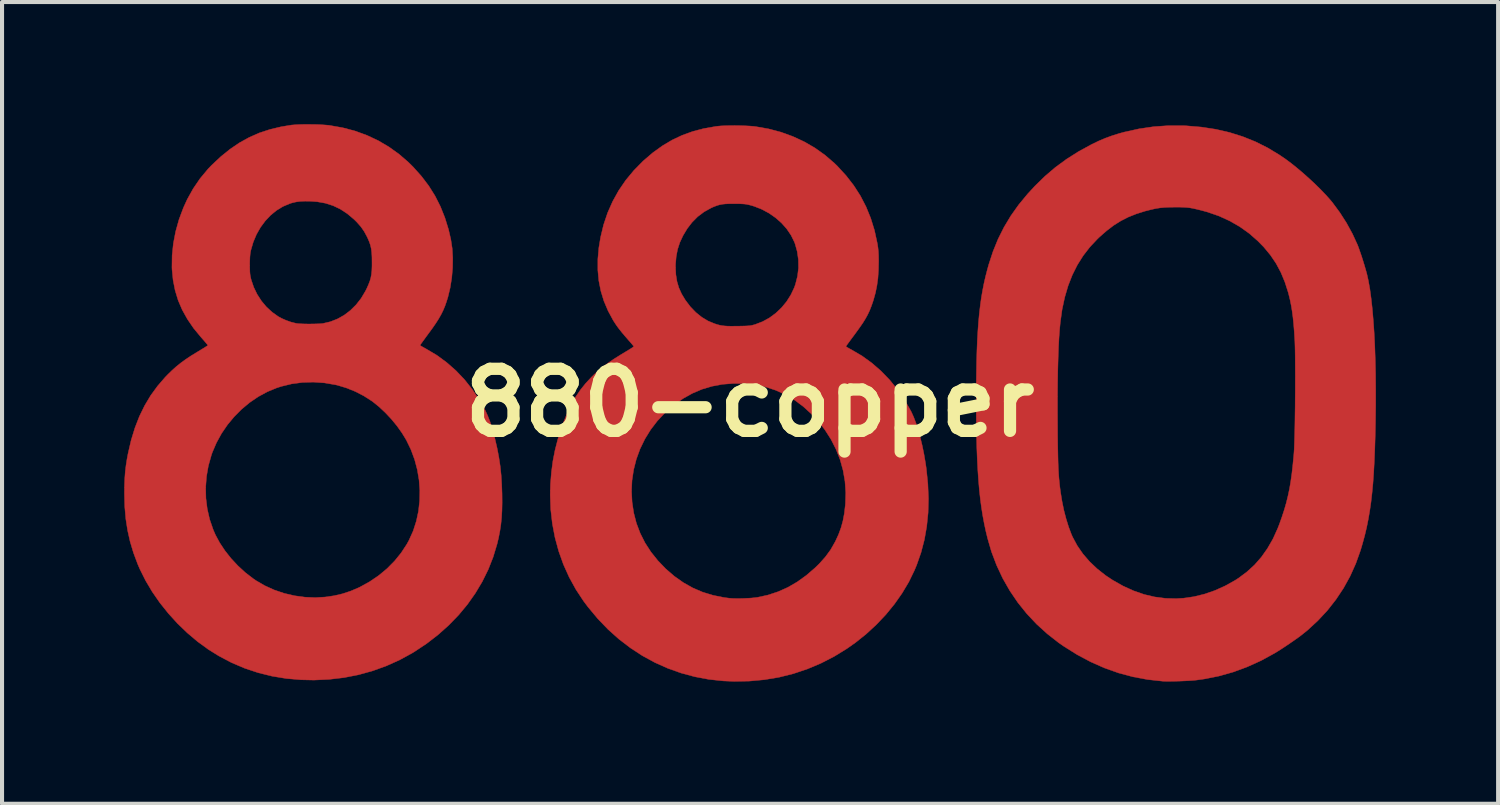
<source format=kicad_pcb>
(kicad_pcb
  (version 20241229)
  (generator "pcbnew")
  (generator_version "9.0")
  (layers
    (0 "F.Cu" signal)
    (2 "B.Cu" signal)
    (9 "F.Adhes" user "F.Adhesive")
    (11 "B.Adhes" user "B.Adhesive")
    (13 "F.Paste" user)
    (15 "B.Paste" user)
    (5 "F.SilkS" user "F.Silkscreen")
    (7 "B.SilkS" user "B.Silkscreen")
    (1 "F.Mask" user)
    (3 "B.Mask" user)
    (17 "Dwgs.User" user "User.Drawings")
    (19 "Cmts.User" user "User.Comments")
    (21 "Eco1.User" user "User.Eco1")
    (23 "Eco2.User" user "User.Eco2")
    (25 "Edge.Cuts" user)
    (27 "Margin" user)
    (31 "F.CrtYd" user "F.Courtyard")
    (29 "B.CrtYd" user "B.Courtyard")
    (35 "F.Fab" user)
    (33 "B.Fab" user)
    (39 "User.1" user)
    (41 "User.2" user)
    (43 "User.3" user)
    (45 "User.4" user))
  (footprint "880-copper"
    (layer "F.Cu")
    (at 15.363 6.84)
    (property "Reference" "880-copper" (at 0 0 0) (layer "F.SilkS") (effects (font (size 1.524 1.524) (thickness 0.3))))
    (attr through_hole)
    (fp_poly (pts (xy 10.642 -6.805) (xy 10.716 -6.801) (xy 11.084 -6.77) (xy 11.437 -6.716) (xy 11.776 -6.638) (xy 12.101 -6.536) (xy 12.414 -6.41) (xy 12.715 -6.259) (xy 13.006 -6.083) (xy 13.152 -5.983) (xy 13.294 -5.877) (xy 13.443 -5.757) (xy 13.596 -5.627) (xy 13.749 -5.49) (xy 13.896 -5.352) (xy 14.034 -5.215) (xy 14.159 -5.084) (xy 14.266 -4.962) (xy 14.302 -4.918) (xy 14.484 -4.672) (xy 14.65 -4.413) (xy 14.796 -4.145) (xy 14.919 -3.877) (xy 14.921 -3.872) (xy 14.949 -3.798) (xy 14.982 -3.704) (xy 15.019 -3.596) (xy 15.055 -3.482) (xy 15.09 -3.368) (xy 15.121 -3.261) (xy 15.147 -3.168) (xy 15.147 -3.168) (xy 15.186 -2.993) (xy 15.222 -2.791) (xy 15.253 -2.563) (xy 15.281 -2.311) (xy 15.305 -2.034) (xy 15.326 -1.736) (xy 15.342 -1.416) (xy 15.354 -1.075) (xy 15.362 -0.715) (xy 15.365 -0.337) (xy 15.365 0.058) (xy 15.36 0.469) (xy 15.353 0.811) (xy 15.343 1.138) (xy 15.331 1.438) (xy 15.316 1.716) (xy 15.298 1.974) (xy 15.275 2.215) (xy 15.249 2.441) (xy 15.218 2.655) (xy 15.183 2.859) (xy 15.143 3.057) (xy 15.097 3.251) (xy 15.045 3.443) (xy 14.992 3.623) (xy 14.877 3.945) (xy 14.738 4.255) (xy 14.574 4.552) (xy 14.386 4.834) (xy 14.176 5.101) (xy 13.943 5.351) (xy 13.69 5.584) (xy 13.543 5.702) (xy 13.469 5.758) (xy 13.377 5.823) (xy 13.274 5.894) (xy 13.167 5.967) (xy 13.062 6.036) (xy 12.965 6.098) (xy 12.883 6.148) (xy 12.55 6.33) (xy 12.21 6.484) (xy 11.865 6.611) (xy 11.514 6.71) (xy 11.157 6.781) (xy 10.957 6.809) (xy 10.882 6.816) (xy 10.787 6.823) (xy 10.68 6.828) (xy 10.565 6.833) (xy 10.451 6.836) (xy 10.342 6.838) (xy 10.245 6.839) (xy 10.166 6.837) (xy 10.132 6.835) (xy 9.765 6.795) (xy 9.405 6.728) (xy 9.053 6.634) (xy 8.708 6.512) (xy 8.371 6.363) (xy 8.039 6.187) (xy 7.715 5.984) (xy 7.586 5.895) (xy 7.303 5.674) (xy 7.04 5.435) (xy 6.798 5.178) (xy 6.578 4.904) (xy 6.381 4.614) (xy 6.207 4.309) (xy 6.057 3.989) (xy 5.931 3.656) (xy 5.838 3.337) (xy 5.793 3.153) (xy 5.753 2.965) (xy 5.717 2.772) (xy 5.685 2.571) (xy 5.657 2.362) (xy 5.633 2.141) (xy 5.613 1.907) (xy 5.596 1.658) (xy 5.582 1.391) (xy 5.571 1.105) (xy 5.564 0.798) (xy 5.559 0.468) (xy 5.557 0.207) (xy 7.552 0.207) (xy 7.554 0.564) (xy 7.555 0.784) (xy 7.557 0.978) (xy 7.56 1.149) (xy 7.563 1.301) (xy 7.566 1.435) (xy 7.57 1.554) (xy 7.575 1.662) (xy 7.581 1.761) (xy 7.588 1.853) (xy 7.597 1.942) (xy 7.606 2.031) (xy 7.617 2.121) (xy 7.628 2.2) (xy 7.664 2.422) (xy 7.709 2.641) (xy 7.764 2.851) (xy 7.825 3.047) (xy 7.891 3.223) (xy 7.924 3.298) (xy 8.037 3.508) (xy 8.175 3.708) (xy 8.338 3.897) (xy 8.524 4.074) (xy 8.732 4.238) (xy 8.905 4.353) (xy 9.163 4.499) (xy 9.421 4.616) (xy 9.68 4.706) (xy 9.94 4.767) (xy 10.202 4.801) (xy 10.467 4.808) (xy 10.647 4.797) (xy 10.904 4.76) (xy 11.164 4.696) (xy 11.42 4.607) (xy 11.671 4.494) (xy 11.911 4.36) (xy 11.997 4.305) (xy 12.203 4.151) (xy 12.391 3.979) (xy 12.559 3.787) (xy 12.709 3.574) (xy 12.843 3.34) (xy 12.959 3.084) (xy 12.998 2.985) (xy 13.063 2.802) (xy 13.12 2.628) (xy 13.169 2.458) (xy 13.211 2.288) (xy 13.248 2.114) (xy 13.279 1.931) (xy 13.307 1.733) (xy 13.331 1.518) (xy 13.354 1.28) (xy 13.358 1.228) (xy 13.363 1.154) (xy 13.367 1.056) (xy 13.371 0.935) (xy 13.375 0.795) (xy 13.379 0.639) (xy 13.382 0.47) (xy 13.384 0.29) (xy 13.387 0.104) (xy 13.388 -0.088) (xy 13.39 -0.28) (xy 13.39 -0.47) (xy 13.391 -0.656) (xy 13.39 -0.834) (xy 13.389 -1.002) (xy 13.388 -1.155) (xy 13.386 -1.292) (xy 13.383 -1.409) (xy 13.38 -1.504) (xy 13.378 -1.538) (xy 13.365 -1.748) (xy 13.35 -1.934) (xy 13.333 -2.101) (xy 13.313 -2.252) (xy 13.29 -2.391) (xy 13.263 -2.524) (xy 13.231 -2.655) (xy 13.217 -2.709) (xy 13.135 -2.965) (xy 13.037 -3.201) (xy 12.92 -3.42) (xy 12.781 -3.626) (xy 12.619 -3.822) (xy 12.472 -3.972) (xy 12.259 -4.159) (xy 12.028 -4.324) (xy 11.78 -4.466) (xy 11.515 -4.587) (xy 11.232 -4.685) (xy 11.077 -4.727) (xy 10.971 -4.753) (xy 10.882 -4.773) (xy 10.804 -4.787) (xy 10.728 -4.796) (xy 10.647 -4.801) (xy 10.554 -4.804) (xy 10.44 -4.804) (xy 10.435 -4.804) (xy 10.298 -4.802) (xy 10.181 -4.797) (xy 10.076 -4.787) (xy 9.972 -4.771) (xy 9.863 -4.747) (xy 9.74 -4.716) (xy 9.7 -4.706) (xy 9.488 -4.639) (xy 9.292 -4.561) (xy 9.109 -4.468) (xy 8.932 -4.357) (xy 8.759 -4.225) (xy 8.582 -4.07) (xy 8.532 -4.022) (xy 8.347 -3.825) (xy 8.183 -3.613) (xy 8.039 -3.384) (xy 7.916 -3.139) (xy 7.813 -2.875) (xy 7.73 -2.593) (xy 7.665 -2.291) (xy 7.621 -1.976) (xy 7.604 -1.798) (xy 7.589 -1.592) (xy 7.577 -1.359) (xy 7.568 -1.099) (xy 7.56 -0.812) (xy 7.555 -0.498) (xy 7.552 -0.158) (xy 7.552 0.207) (xy 5.557 0.207) (xy 5.557 0.112) (xy 5.556 -0.042) (xy 5.557 -0.39) (xy 5.561 -0.711) (xy 5.566 -1.008) (xy 5.574 -1.283) (xy 5.584 -1.539) (xy 5.598 -1.776) (xy 5.614 -1.997) (xy 5.634 -2.205) (xy 5.657 -2.4) (xy 5.683 -2.586) (xy 5.714 -2.764) (xy 5.748 -2.937) (xy 5.787 -3.106) (xy 5.83 -3.273) (xy 5.864 -3.395) (xy 5.969 -3.716) (xy 6.093 -4.02) (xy 6.239 -4.312) (xy 6.407 -4.592) (xy 6.6 -4.864) (xy 6.819 -5.129) (xy 6.997 -5.322) (xy 7.245 -5.564) (xy 7.503 -5.784) (xy 7.775 -5.983) (xy 8.065 -6.167) (xy 8.376 -6.337) (xy 8.389 -6.344) (xy 8.565 -6.429) (xy 8.73 -6.499) (xy 8.895 -6.559) (xy 9.071 -6.614) (xy 9.193 -6.647) (xy 9.555 -6.727) (xy 9.915 -6.78) (xy 10.276 -6.805) (xy 10.642 -6.805)) (stroke (width 0.01) (type solid)) (fill yes) (layer "F.Cu"))
    (fp_poly (pts (xy -0.239 -6.805) (xy -0.113 -6.801) (xy 0.003 -6.795) (xy 0.101 -6.787) (xy 0.14 -6.782) (xy 0.458 -6.726) (xy 0.764 -6.645) (xy 1.055 -6.539) (xy 1.333 -6.41) (xy 1.596 -6.258) (xy 1.843 -6.082) (xy 2.074 -5.883) (xy 2.145 -5.814) (xy 2.359 -5.581) (xy 2.548 -5.338) (xy 2.712 -5.083) (xy 2.851 -4.815) (xy 2.966 -4.533) (xy 3.058 -4.236) (xy 3.126 -3.923) (xy 3.132 -3.89) (xy 3.145 -3.803) (xy 3.154 -3.715) (xy 3.159 -3.617) (xy 3.161 -3.502) (xy 3.161 -3.469) (xy 3.156 -3.254) (xy 3.143 -3.059) (xy 3.118 -2.877) (xy 3.083 -2.704) (xy 3.035 -2.531) (xy 3.018 -2.477) (xy 2.978 -2.364) (xy 2.937 -2.261) (xy 2.891 -2.164) (xy 2.837 -2.066) (xy 2.774 -1.964) (xy 2.697 -1.852) (xy 2.605 -1.725) (xy 2.583 -1.694) (xy 2.523 -1.614) (xy 2.469 -1.541) (xy 2.423 -1.478) (xy 2.387 -1.429) (xy 2.365 -1.397) (xy 2.357 -1.384) (xy 2.368 -1.374) (xy 2.4 -1.355) (xy 2.447 -1.328) (xy 2.501 -1.299) (xy 2.753 -1.151) (xy 2.992 -0.978) (xy 3.218 -0.782) (xy 3.428 -0.565) (xy 3.621 -0.328) (xy 3.796 -0.072) (xy 3.951 0.2) (xy 3.964 0.225) (xy 4.021 0.351) (xy 4.078 0.502) (xy 4.132 0.672) (xy 4.184 0.859) (xy 4.232 1.057) (xy 4.274 1.263) (xy 4.31 1.473) (xy 4.331 1.616) (xy 4.369 1.991) (xy 4.384 2.352) (xy 4.375 2.7) (xy 4.341 3.035) (xy 4.284 3.36) (xy 4.202 3.675) (xy 4.095 3.981) (xy 4.038 4.117) (xy 3.901 4.399) (xy 3.737 4.674) (xy 3.549 4.942) (xy 3.339 5.199) (xy 3.107 5.444) (xy 2.857 5.675) (xy 2.59 5.889) (xy 2.384 6.034) (xy 2.069 6.228) (xy 1.744 6.395) (xy 1.41 6.536) (xy 1.066 6.651) (xy 0.714 6.739) (xy 0.355 6.799) (xy -0.013 6.833) (xy -0.387 6.84) (xy -0.653 6.829) (xy -1.007 6.791) (xy -1.353 6.726) (xy -1.691 6.635) (xy -2.019 6.518) (xy -2.336 6.376) (xy -2.642 6.209) (xy -2.936 6.017) (xy -3.217 5.802) (xy -3.484 5.563) (xy -3.736 5.301) (xy -3.973 5.017) (xy -4.084 4.869) (xy -4.273 4.582) (xy -4.438 4.282) (xy -4.579 3.969) (xy -4.695 3.644) (xy -4.786 3.309) (xy -4.851 2.967) (xy -4.891 2.617) (xy -4.904 2.262) (xy -4.902 2.163) (xy -2.907 2.163) (xy -2.893 2.438) (xy -2.853 2.703) (xy -2.787 2.958) (xy -2.694 3.203) (xy -2.575 3.439) (xy -2.43 3.663) (xy -2.258 3.878) (xy -2.065 4.078) (xy -1.855 4.259) (xy -1.634 4.415) (xy -1.403 4.545) (xy -1.16 4.649) (xy -0.904 4.727) (xy -0.636 4.781) (xy -0.504 4.798) (xy -0.42 4.804) (xy -0.316 4.806) (xy -0.201 4.805) (xy -0.084 4.8) (xy 0.029 4.794) (xy 0.128 4.784) (xy 0.183 4.777) (xy 0.441 4.721) (xy 0.69 4.639) (xy 0.93 4.532) (xy 1.161 4.398) (xy 1.385 4.237) (xy 1.603 4.049) (xy 1.704 3.95) (xy 1.855 3.781) (xy 1.984 3.604) (xy 2.094 3.41) (xy 2.102 3.394) (xy 2.178 3.228) (xy 2.238 3.065) (xy 2.284 2.897) (xy 2.318 2.718) (xy 2.341 2.52) (xy 2.345 2.479) (xy 2.353 2.203) (xy 2.334 1.93) (xy 2.288 1.661) (xy 2.215 1.398) (xy 2.116 1.144) (xy 1.992 0.899) (xy 1.843 0.666) (xy 1.705 0.487) (xy 1.511 0.275) (xy 1.308 0.09) (xy 1.094 -0.069) (xy 0.87 -0.201) (xy 0.634 -0.308) (xy 0.389 -0.389) (xy 0.132 -0.443) (xy -0.136 -0.472) (xy -0.409 -0.475) (xy -0.676 -0.454) (xy -0.932 -0.406) (xy -1.177 -0.333) (xy -1.412 -0.233) (xy -1.638 -0.107) (xy -1.855 0.045) (xy -2.063 0.224) (xy -2.087 0.247) (xy -2.274 0.446) (xy -2.439 0.662) (xy -2.58 0.891) (xy -2.697 1.132) (xy -2.789 1.383) (xy -2.855 1.642) (xy -2.895 1.908) (xy -2.907 2.163) (xy -4.902 2.163) (xy -4.897 1.99) (xy -4.873 1.699) (xy -4.837 1.426) (xy -4.785 1.161) (xy -4.717 0.897) (xy -4.657 0.706) (xy -4.57 0.459) (xy -4.478 0.236) (xy -4.381 0.035) (xy -4.276 -0.149) (xy -4.16 -0.319) (xy -4.032 -0.479) (xy -3.889 -0.632) (xy -3.831 -0.689) (xy -3.718 -0.792) (xy -3.6 -0.89) (xy -3.472 -0.985) (xy -3.329 -1.082) (xy -3.167 -1.183) (xy -3.115 -1.214) (xy -3.038 -1.261) (xy -2.969 -1.303) (xy -2.913 -1.338) (xy -2.873 -1.364) (xy -2.853 -1.379) (xy -2.85 -1.382) (xy -2.859 -1.395) (xy -2.883 -1.425) (xy -2.919 -1.468) (xy -2.963 -1.518) (xy -2.967 -1.522) (xy -3.066 -1.636) (xy -3.148 -1.733) (xy -3.217 -1.82) (xy -3.275 -1.899) (xy -3.326 -1.976) (xy -3.357 -2.025) (xy -3.484 -2.26) (xy -3.585 -2.499) (xy -3.66 -2.744) (xy -3.71 -2.996) (xy -3.734 -3.257) (xy -3.734 -3.33) (xy -1.827 -3.33) (xy -1.818 -3.147) (xy -1.791 -2.98) (xy -1.745 -2.824) (xy -1.676 -2.672) (xy -1.587 -2.524) (xy -1.465 -2.362) (xy -1.33 -2.221) (xy -1.184 -2.103) (xy -1.028 -2.009) (xy -0.866 -1.942) (xy -0.8 -1.921) (xy -0.739 -1.905) (xy -0.68 -1.894) (xy -0.616 -1.887) (xy -0.542 -1.882) (xy -0.452 -1.881) (xy -0.341 -1.882) (xy -0.303 -1.882) (xy -0.2 -1.884) (xy -0.119 -1.886) (xy -0.057 -1.889) (xy -0.008 -1.893) (xy 0.034 -1.899) (xy 0.072 -1.908) (xy 0.113 -1.919) (xy 0.133 -1.925) (xy 0.31 -1.993) (xy 0.478 -2.085) (xy 0.634 -2.2) (xy 0.776 -2.335) (xy 0.901 -2.486) (xy 1.006 -2.653) (xy 1.09 -2.83) (xy 1.119 -2.914) (xy 1.169 -3.111) (xy 1.193 -3.312) (xy 1.19 -3.514) (xy 1.162 -3.712) (xy 1.109 -3.902) (xy 1.091 -3.95) (xy 1.01 -4.114) (xy 0.905 -4.269) (xy 0.778 -4.413) (xy 0.632 -4.542) (xy 0.469 -4.656) (xy 0.292 -4.751) (xy 0.104 -4.825) (xy 0.016 -4.851) (xy -0.036 -4.864) (xy -0.083 -4.874) (xy -0.131 -4.88) (xy -0.185 -4.884) (xy -0.253 -4.887) (xy -0.34 -4.888) (xy -0.381 -4.888) (xy -0.499 -4.888) (xy -0.595 -4.884) (xy -0.676 -4.876) (xy -0.747 -4.862) (xy -0.816 -4.841) (xy -0.889 -4.813) (xy -0.954 -4.784) (xy -1.125 -4.689) (xy -1.282 -4.571) (xy -1.421 -4.431) (xy -1.54 -4.276) (xy -1.643 -4.104) (xy -1.721 -3.937) (xy -1.776 -3.768) (xy -1.81 -3.591) (xy -1.826 -3.401) (xy -1.827 -3.33) (xy -3.734 -3.33) (xy -3.734 -3.527) (xy -3.709 -3.809) (xy -3.667 -4.063) (xy -3.593 -4.371) (xy -3.494 -4.665) (xy -3.37 -4.945) (xy -3.222 -5.212) (xy -3.049 -5.465) (xy -2.851 -5.704) (xy -2.629 -5.93) (xy -2.605 -5.952) (xy -2.379 -6.145) (xy -2.148 -6.311) (xy -1.911 -6.452) (xy -1.665 -6.568) (xy -1.406 -6.662) (xy -1.133 -6.734) (xy -0.842 -6.785) (xy -0.804 -6.79) (xy -0.722 -6.798) (xy -0.617 -6.803) (xy -0.498 -6.806) (xy -0.37 -6.807) (xy -0.239 -6.805)) (stroke (width 0.01) (type solid)) (fill yes) (layer "F.Cu"))
    (fp_poly (pts (xy -10.695 -6.834) (xy -10.568 -6.83) (xy -10.453 -6.823) (xy -10.354 -6.815) (xy -10.315 -6.81) (xy -9.998 -6.754) (xy -9.693 -6.673) (xy -9.402 -6.567) (xy -9.125 -6.437) (xy -8.862 -6.282) (xy -8.613 -6.103) (xy -8.379 -5.9) (xy -8.269 -5.791) (xy -8.065 -5.563) (xy -7.886 -5.327) (xy -7.731 -5.08) (xy -7.6 -4.821) (xy -7.49 -4.546) (xy -7.4 -4.255) (xy -7.343 -4.008) (xy -7.31 -3.79) (xy -7.296 -3.557) (xy -7.3 -3.315) (xy -7.321 -3.071) (xy -7.359 -2.83) (xy -7.414 -2.6) (xy -7.45 -2.483) (xy -7.489 -2.373) (xy -7.532 -2.27) (xy -7.582 -2.169) (xy -7.641 -2.065) (xy -7.711 -1.955) (xy -7.796 -1.832) (xy -7.881 -1.716) (xy -7.94 -1.636) (xy -7.992 -1.564) (xy -8.037 -1.502) (xy -8.071 -1.455) (xy -8.093 -1.423) (xy -8.1 -1.412) (xy -8.088 -1.403) (xy -8.056 -1.383) (xy -8.008 -1.356) (xy -7.95 -1.324) (xy -7.942 -1.319) (xy -7.685 -1.166) (xy -7.443 -0.988) (xy -7.215 -0.787) (xy -7.004 -0.565) (xy -6.811 -0.321) (xy -6.639 -0.062) (xy -6.559 0.073) (xy -6.492 0.201) (xy -6.434 0.329) (xy -6.382 0.462) (xy -6.335 0.606) (xy -6.289 0.768) (xy -6.26 0.885) (xy -6.206 1.12) (xy -6.164 1.341) (xy -6.131 1.558) (xy -6.108 1.777) (xy -6.094 2.008) (xy -6.086 2.233) (xy -6.084 2.449) (xy -6.088 2.644) (xy -6.098 2.823) (xy -6.115 2.991) (xy -6.14 3.154) (xy -6.172 3.318) (xy -6.209 3.471) (xy -6.304 3.786) (xy -6.425 4.093) (xy -6.572 4.391) (xy -6.743 4.677) (xy -6.938 4.953) (xy -7.156 5.215) (xy -7.397 5.463) (xy -7.658 5.696) (xy -7.939 5.913) (xy -8.24 6.113) (xy -8.284 6.14) (xy -8.6 6.313) (xy -8.927 6.46) (xy -9.265 6.582) (xy -9.612 6.678) (xy -9.969 6.748) (xy -10.333 6.791) (xy -10.705 6.808) (xy -11.021 6.801) (xy -11.383 6.77) (xy -11.734 6.712) (xy -12.076 6.627) (xy -12.407 6.517) (xy -12.728 6.38) (xy -13.038 6.217) (xy -13.3 6.054) (xy -13.563 5.862) (xy -13.815 5.649) (xy -14.055 5.418) (xy -14.28 5.17) (xy -14.488 4.91) (xy -14.675 4.64) (xy -14.84 4.362) (xy -14.98 4.081) (xy -15.033 3.958) (xy -15.136 3.682) (xy -15.218 3.409) (xy -15.28 3.133) (xy -15.324 2.85) (xy -15.35 2.553) (xy -15.358 2.239) (xy -15.358 2.208) (xy -15.357 2.078) (xy -13.363 2.078) (xy -13.357 2.344) (xy -13.324 2.607) (xy -13.265 2.864) (xy -13.179 3.113) (xy -13.125 3.239) (xy -13.019 3.436) (xy -12.889 3.632) (xy -12.738 3.823) (xy -12.57 4.003) (xy -12.389 4.169) (xy -12.197 4.317) (xy -12.129 4.364) (xy -11.912 4.49) (xy -11.68 4.595) (xy -11.436 4.678) (xy -11.184 4.737) (xy -10.928 4.772) (xy -10.672 4.783) (xy -10.431 4.769) (xy -10.21 4.737) (xy -10.004 4.689) (xy -9.807 4.624) (xy -9.607 4.539) (xy -9.574 4.523) (xy -9.337 4.392) (xy -9.115 4.241) (xy -8.911 4.072) (xy -8.726 3.885) (xy -8.563 3.684) (xy -8.423 3.47) (xy -8.37 3.373) (xy -8.268 3.146) (xy -8.191 2.907) (xy -8.138 2.661) (xy -8.11 2.408) (xy -8.105 2.153) (xy -8.124 1.896) (xy -8.167 1.642) (xy -8.233 1.393) (xy -8.323 1.15) (xy -8.435 0.918) (xy -8.538 0.748) (xy -8.662 0.573) (xy -8.802 0.402) (xy -8.953 0.241) (xy -9.109 0.095) (xy -9.264 -0.03) (xy -9.286 -0.045) (xy -9.481 -0.17) (xy -9.691 -0.278) (xy -9.91 -0.366) (xy -10.129 -0.432) (xy -10.174 -0.442) (xy -10.447 -0.489) (xy -10.718 -0.508) (xy -10.987 -0.5) (xy -11.251 -0.465) (xy -11.509 -0.402) (xy -11.623 -0.365) (xy -11.852 -0.27) (xy -12.073 -0.15) (xy -12.283 -0.007) (xy -12.481 0.158) (xy -12.663 0.341) (xy -12.828 0.54) (xy -12.974 0.754) (xy -13.098 0.98) (xy -13.199 1.215) (xy -13.223 1.285) (xy -13.297 1.547) (xy -13.343 1.812) (xy -13.363 2.078) (xy -15.357 2.078) (xy -15.356 2.017) (xy -15.349 1.845) (xy -15.337 1.685) (xy -15.318 1.53) (xy -15.293 1.372) (xy -15.268 1.242) (xy -15.193 0.918) (xy -15.1 0.615) (xy -14.99 0.332) (xy -14.861 0.068) (xy -14.713 -0.18) (xy -14.544 -0.412) (xy -14.355 -0.631) (xy -14.295 -0.693) (xy -14.187 -0.798) (xy -14.081 -0.893) (xy -13.971 -0.981) (xy -13.853 -1.067) (xy -13.719 -1.156) (xy -13.565 -1.25) (xy -13.552 -1.258) (xy -13.478 -1.303) (xy -13.413 -1.342) (xy -13.361 -1.375) (xy -13.324 -1.399) (xy -13.308 -1.41) (xy -13.307 -1.411) (xy -13.316 -1.423) (xy -13.341 -1.453) (xy -13.378 -1.497) (xy -13.426 -1.552) (xy -13.476 -1.609) (xy -13.658 -1.829) (xy -13.811 -2.053) (xy -13.938 -2.281) (xy -14.039 -2.516) (xy -14.113 -2.759) (xy -14.163 -3.011) (xy -14.189 -3.275) (xy -14.191 -3.33) (xy -14.19 -3.388) (xy -12.282 -3.388) (xy -12.282 -3.38) (xy -12.28 -3.287) (xy -12.278 -3.216) (xy -12.273 -3.157) (xy -12.265 -3.105) (xy -12.253 -3.051) (xy -12.245 -3.02) (xy -12.183 -2.837) (xy -12.099 -2.663) (xy -11.994 -2.501) (xy -11.871 -2.354) (xy -11.732 -2.226) (xy -11.582 -2.119) (xy -11.5 -2.074) (xy -11.386 -2.024) (xy -11.264 -1.981) (xy -11.147 -1.952) (xy -11.124 -1.948) (xy -11.076 -1.943) (xy -11.005 -1.939) (xy -10.92 -1.936) (xy -10.827 -1.935) (xy -10.732 -1.936) (xy -10.642 -1.938) (xy -10.563 -1.941) (xy -10.503 -1.946) (xy -10.485 -1.948) (xy -10.301 -1.991) (xy -10.126 -2.06) (xy -9.961 -2.153) (xy -9.808 -2.27) (xy -9.669 -2.408) (xy -9.545 -2.566) (xy -9.44 -2.743) (xy -9.406 -2.811) (xy -9.364 -2.906) (xy -9.331 -2.991) (xy -9.308 -3.072) (xy -9.293 -3.155) (xy -9.283 -3.247) (xy -9.279 -3.356) (xy -9.279 -3.45) (xy -9.28 -3.578) (xy -9.286 -3.685) (xy -9.297 -3.777) (xy -9.315 -3.86) (xy -9.341 -3.941) (xy -9.377 -4.026) (xy -9.405 -4.085) (xy -9.473 -4.211) (xy -9.554 -4.326) (xy -9.653 -4.438) (xy -9.721 -4.505) (xy -9.885 -4.643) (xy -10.056 -4.755) (xy -10.234 -4.84) (xy -10.424 -4.901) (xy -10.626 -4.937) (xy -10.785 -4.949) (xy -10.922 -4.951) (xy -11.039 -4.946) (xy -11.144 -4.932) (xy -11.242 -4.909) (xy -11.301 -4.89) (xy -11.468 -4.819) (xy -11.625 -4.723) (xy -11.77 -4.604) (xy -11.901 -4.465) (xy -12.017 -4.308) (xy -12.115 -4.136) (xy -12.194 -3.949) (xy -12.252 -3.752) (xy -12.264 -3.696) (xy -12.271 -3.644) (xy -12.277 -3.571) (xy -12.28 -3.483) (xy -12.282 -3.388) (xy -14.19 -3.388) (xy -14.187 -3.621) (xy -14.156 -3.916) (xy -14.099 -4.211) (xy -14.017 -4.503) (xy -13.91 -4.789) (xy -13.815 -4.997) (xy -13.668 -5.261) (xy -13.499 -5.508) (xy -13.308 -5.738) (xy -13.217 -5.833) (xy -12.993 -6.043) (xy -12.767 -6.226) (xy -12.535 -6.384) (xy -12.296 -6.516) (xy -12.047 -6.626) (xy -11.785 -6.712) (xy -11.509 -6.778) (xy -11.261 -6.819) (xy -11.178 -6.826) (xy -11.074 -6.832) (xy -10.954 -6.835) (xy -10.826 -6.835) (xy -10.695 -6.834)) (stroke (width 0.01) (type solid)) (fill yes) (layer "F.Cu"))
    (fp_poly (pts (xy 10.642 -6.805) (xy 10.716 -6.801) (xy 11.084 -6.77) (xy 11.437 -6.716) (xy 11.776 -6.638) (xy 12.101 -6.536) (xy 12.414 -6.41) (xy 12.715 -6.259) (xy 13.006 -6.083) (xy 13.152 -5.983) (xy 13.294 -5.877) (xy 13.443 -5.757) (xy 13.596 -5.627) (xy 13.749 -5.49) (xy 13.896 -5.352) (xy 14.034 -5.215) (xy 14.159 -5.084) (xy 14.266 -4.962) (xy 14.302 -4.918) (xy 14.484 -4.672) (xy 14.65 -4.413) (xy 14.796 -4.145) (xy 14.919 -3.877) (xy 14.921 -3.872) (xy 14.949 -3.798) (xy 14.982 -3.704) (xy 15.019 -3.596) (xy 15.055 -3.482) (xy 15.09 -3.368) (xy 15.121 -3.261) (xy 15.147 -3.168) (xy 15.147 -3.168) (xy 15.186 -2.993) (xy 15.222 -2.791) (xy 15.253 -2.563) (xy 15.281 -2.311) (xy 15.305 -2.034) (xy 15.326 -1.736) (xy 15.342 -1.416) (xy 15.354 -1.075) (xy 15.362 -0.715) (xy 15.365 -0.337) (xy 15.365 0.058) (xy 15.36 0.469) (xy 15.353 0.811) (xy 15.343 1.138) (xy 15.331 1.438) (xy 15.316 1.716) (xy 15.298 1.974) (xy 15.275 2.215) (xy 15.249 2.441) (xy 15.218 2.655) (xy 15.183 2.859) (xy 15.143 3.057) (xy 15.097 3.251) (xy 15.045 3.443) (xy 14.992 3.623) (xy 14.877 3.945) (xy 14.738 4.255) (xy 14.574 4.552) (xy 14.386 4.834) (xy 14.176 5.101) (xy 13.943 5.351) (xy 13.69 5.584) (xy 13.543 5.702) (xy 13.469 5.758) (xy 13.377 5.823) (xy 13.274 5.894) (xy 13.167 5.967) (xy 13.062 6.036) (xy 12.965 6.098) (xy 12.883 6.148) (xy 12.55 6.33) (xy 12.21 6.484) (xy 11.865 6.611) (xy 11.514 6.71) (xy 11.157 6.781) (xy 10.957 6.809) (xy 10.882 6.816) (xy 10.787 6.823) (xy 10.68 6.828) (xy 10.565 6.833) (xy 10.451 6.836) (xy 10.342 6.838) (xy 10.245 6.839) (xy 10.166 6.837) (xy 10.132 6.835) (xy 9.765 6.795) (xy 9.405 6.728) (xy 9.053 6.634) (xy 8.708 6.512) (xy 8.371 6.363) (xy 8.039 6.187) (xy 7.715 5.984) (xy 7.586 5.895) (xy 7.303 5.674) (xy 7.04 5.435) (xy 6.798 5.178) (xy 6.578 4.904) (xy 6.381 4.614) (xy 6.207 4.309) (xy 6.057 3.989) (xy 5.931 3.656) (xy 5.838 3.337) (xy 5.793 3.153) (xy 5.753 2.965) (xy 5.717 2.772) (xy 5.685 2.571) (xy 5.657 2.362) (xy 5.633 2.141) (xy 5.613 1.907) (xy 5.596 1.658) (xy 5.582 1.391) (xy 5.571 1.105) (xy 5.564 0.798) (xy 5.559 0.468) (xy 5.557 0.207) (xy 7.552 0.207) (xy 7.554 0.564) (xy 7.555 0.784) (xy 7.557 0.978) (xy 7.56 1.149) (xy 7.563 1.301) (xy 7.566 1.435) (xy 7.57 1.554) (xy 7.575 1.662) (xy 7.581 1.761) (xy 7.588 1.853) (xy 7.597 1.942) (xy 7.606 2.031) (xy 7.617 2.121) (xy 7.628 2.2) (xy 7.664 2.422) (xy 7.709 2.641) (xy 7.764 2.851) (xy 7.825 3.047) (xy 7.891 3.223) (xy 7.924 3.298) (xy 8.037 3.508) (xy 8.175 3.708) (xy 8.338 3.897) (xy 8.524 4.074) (xy 8.732 4.238) (xy 8.905 4.353) (xy 9.163 4.499) (xy 9.421 4.616) (xy 9.68 4.706) (xy 9.94 4.767) (xy 10.202 4.801) (xy 10.467 4.808) (xy 10.647 4.797) (xy 10.904 4.76) (xy 11.164 4.696) (xy 11.42 4.607) (xy 11.671 4.494) (xy 11.911 4.36) (xy 11.997 4.305) (xy 12.203 4.151) (xy 12.391 3.979) (xy 12.559 3.787) (xy 12.709 3.574) (xy 12.843 3.34) (xy 12.959 3.084) (xy 12.998 2.985) (xy 13.063 2.802) (xy 13.12 2.628) (xy 13.169 2.458) (xy 13.211 2.288) (xy 13.248 2.114) (xy 13.279 1.931) (xy 13.307 1.733) (xy 13.331 1.518) (xy 13.354 1.28) (xy 13.358 1.228) (xy 13.363 1.154) (xy 13.367 1.056) (xy 13.371 0.935) (xy 13.375 0.795) (xy 13.379 0.639) (xy 13.382 0.47) (xy 13.384 0.29) (xy 13.387 0.104) (xy 13.388 -0.088) (xy 13.39 -0.28) (xy 13.39 -0.47) (xy 13.391 -0.656) (xy 13.39 -0.834) (xy 13.389 -1.002) (xy 13.388 -1.155) (xy 13.386 -1.292) (xy 13.383 -1.409) (xy 13.38 -1.504) (xy 13.378 -1.538) (xy 13.365 -1.748) (xy 13.35 -1.934) (xy 13.333 -2.101) (xy 13.313 -2.252) (xy 13.29 -2.391) (xy 13.263 -2.524) (xy 13.231 -2.655) (xy 13.217 -2.709) (xy 13.135 -2.965) (xy 13.037 -3.201) (xy 12.92 -3.42) (xy 12.781 -3.626) (xy 12.619 -3.822) (xy 12.472 -3.972) (xy 12.259 -4.159) (xy 12.028 -4.324) (xy 11.78 -4.466) (xy 11.515 -4.587) (xy 11.232 -4.685) (xy 11.077 -4.727) (xy 10.971 -4.753) (xy 10.882 -4.773) (xy 10.804 -4.787) (xy 10.728 -4.796) (xy 10.647 -4.801) (xy 10.554 -4.804) (xy 10.44 -4.804) (xy 10.435 -4.804) (xy 10.298 -4.802) (xy 10.181 -4.797) (xy 10.076 -4.787) (xy 9.972 -4.771) (xy 9.863 -4.747) (xy 9.74 -4.716) (xy 9.7 -4.706) (xy 9.488 -4.639) (xy 9.292 -4.561) (xy 9.109 -4.468) (xy 8.932 -4.357) (xy 8.759 -4.225) (xy 8.582 -4.07) (xy 8.532 -4.022) (xy 8.347 -3.825) (xy 8.183 -3.613) (xy 8.039 -3.384) (xy 7.916 -3.139) (xy 7.813 -2.875) (xy 7.73 -2.593) (xy 7.665 -2.291) (xy 7.621 -1.976) (xy 7.604 -1.798) (xy 7.589 -1.592) (xy 7.577 -1.359) (xy 7.568 -1.099) (xy 7.56 -0.812) (xy 7.555 -0.498) (xy 7.552 -0.158) (xy 7.552 0.207) (xy 5.557 0.207) (xy 5.557 0.112) (xy 5.556 -0.042) (xy 5.557 -0.39) (xy 5.561 -0.711) (xy 5.566 -1.008) (xy 5.574 -1.283) (xy 5.584 -1.539) (xy 5.598 -1.776) (xy 5.614 -1.997) (xy 5.634 -2.205) (xy 5.657 -2.4) (xy 5.683 -2.586) (xy 5.714 -2.764) (xy 5.748 -2.937) (xy 5.787 -3.106) (xy 5.83 -3.273) (xy 5.864 -3.395) (xy 5.969 -3.716) (xy 6.093 -4.02) (xy 6.239 -4.312) (xy 6.407 -4.592) (xy 6.6 -4.864) (xy 6.819 -5.129) (xy 6.997 -5.322) (xy 7.245 -5.564) (xy 7.503 -5.784) (xy 7.775 -5.983) (xy 8.065 -6.167) (xy 8.376 -6.337) (xy 8.389 -6.344) (xy 8.565 -6.429) (xy 8.73 -6.499) (xy 8.895 -6.559) (xy 9.071 -6.614) (xy 9.193 -6.647) (xy 9.555 -6.727) (xy 9.915 -6.78) (xy 10.276 -6.805) (xy 10.642 -6.805)) (stroke (width 0.01) (type solid)) (fill yes) (layer "F.Mask"))
    (fp_poly (pts (xy -0.239 -6.805) (xy -0.113 -6.801) (xy 0.003 -6.795) (xy 0.101 -6.787) (xy 0.14 -6.782) (xy 0.458 -6.726) (xy 0.764 -6.645) (xy 1.055 -6.539) (xy 1.333 -6.41) (xy 1.596 -6.258) (xy 1.843 -6.082) (xy 2.074 -5.883) (xy 2.145 -5.814) (xy 2.359 -5.581) (xy 2.548 -5.338) (xy 2.712 -5.083) (xy 2.851 -4.815) (xy 2.966 -4.533) (xy 3.058 -4.236) (xy 3.126 -3.923) (xy 3.132 -3.89) (xy 3.145 -3.803) (xy 3.154 -3.715) (xy 3.159 -3.617) (xy 3.161 -3.502) (xy 3.161 -3.469) (xy 3.156 -3.254) (xy 3.143 -3.059) (xy 3.118 -2.877) (xy 3.083 -2.704) (xy 3.035 -2.531) (xy 3.018 -2.477) (xy 2.978 -2.364) (xy 2.937 -2.261) (xy 2.891 -2.164) (xy 2.837 -2.066) (xy 2.774 -1.964) (xy 2.697 -1.852) (xy 2.605 -1.725) (xy 2.583 -1.694) (xy 2.523 -1.614) (xy 2.469 -1.541) (xy 2.423 -1.478) (xy 2.387 -1.429) (xy 2.365 -1.397) (xy 2.357 -1.384) (xy 2.368 -1.374) (xy 2.4 -1.355) (xy 2.447 -1.328) (xy 2.501 -1.299) (xy 2.753 -1.151) (xy 2.992 -0.978) (xy 3.218 -0.782) (xy 3.428 -0.565) (xy 3.621 -0.328) (xy 3.796 -0.072) (xy 3.951 0.2) (xy 3.964 0.225) (xy 4.021 0.351) (xy 4.078 0.502) (xy 4.132 0.672) (xy 4.184 0.859) (xy 4.232 1.057) (xy 4.274 1.263) (xy 4.31 1.473) (xy 4.331 1.616) (xy 4.369 1.991) (xy 4.384 2.352) (xy 4.375 2.7) (xy 4.341 3.035) (xy 4.284 3.36) (xy 4.202 3.675) (xy 4.095 3.981) (xy 4.038 4.117) (xy 3.901 4.399) (xy 3.737 4.674) (xy 3.549 4.942) (xy 3.339 5.199) (xy 3.107 5.444) (xy 2.857 5.675) (xy 2.59 5.889) (xy 2.384 6.034) (xy 2.069 6.228) (xy 1.744 6.395) (xy 1.41 6.536) (xy 1.066 6.651) (xy 0.714 6.739) (xy 0.355 6.799) (xy -0.013 6.833) (xy -0.387 6.84) (xy -0.653 6.829) (xy -1.007 6.791) (xy -1.353 6.726) (xy -1.691 6.635) (xy -2.019 6.518) (xy -2.336 6.376) (xy -2.642 6.209) (xy -2.936 6.017) (xy -3.217 5.802) (xy -3.484 5.563) (xy -3.736 5.301) (xy -3.973 5.017) (xy -4.084 4.869) (xy -4.273 4.582) (xy -4.438 4.282) (xy -4.579 3.969) (xy -4.695 3.644) (xy -4.786 3.309) (xy -4.851 2.967) (xy -4.891 2.617) (xy -4.904 2.262) (xy -4.902 2.163) (xy -2.907 2.163) (xy -2.893 2.438) (xy -2.853 2.703) (xy -2.787 2.958) (xy -2.694 3.203) (xy -2.575 3.439) (xy -2.43 3.663) (xy -2.258 3.878) (xy -2.065 4.078) (xy -1.855 4.259) (xy -1.634 4.415) (xy -1.403 4.545) (xy -1.16 4.649) (xy -0.904 4.727) (xy -0.636 4.781) (xy -0.504 4.798) (xy -0.42 4.804) (xy -0.316 4.806) (xy -0.201 4.805) (xy -0.084 4.8) (xy 0.029 4.794) (xy 0.128 4.784) (xy 0.183 4.777) (xy 0.441 4.721) (xy 0.69 4.639) (xy 0.93 4.532) (xy 1.161 4.398) (xy 1.385 4.237) (xy 1.603 4.049) (xy 1.704 3.95) (xy 1.855 3.781) (xy 1.984 3.604) (xy 2.094 3.41) (xy 2.102 3.394) (xy 2.178 3.228) (xy 2.238 3.065) (xy 2.284 2.897) (xy 2.318 2.718) (xy 2.341 2.52) (xy 2.345 2.479) (xy 2.353 2.203) (xy 2.334 1.93) (xy 2.288 1.661) (xy 2.215 1.398) (xy 2.116 1.144) (xy 1.992 0.899) (xy 1.843 0.666) (xy 1.705 0.487) (xy 1.511 0.275) (xy 1.308 0.09) (xy 1.094 -0.069) (xy 0.87 -0.201) (xy 0.634 -0.308) (xy 0.389 -0.389) (xy 0.132 -0.443) (xy -0.136 -0.472) (xy -0.409 -0.475) (xy -0.676 -0.454) (xy -0.932 -0.406) (xy -1.177 -0.333) (xy -1.412 -0.233) (xy -1.638 -0.107) (xy -1.855 0.045) (xy -2.063 0.224) (xy -2.087 0.247) (xy -2.274 0.446) (xy -2.439 0.662) (xy -2.58 0.891) (xy -2.697 1.132) (xy -2.789 1.383) (xy -2.855 1.642) (xy -2.895 1.908) (xy -2.907 2.163) (xy -4.902 2.163) (xy -4.897 1.99) (xy -4.873 1.699) (xy -4.837 1.426) (xy -4.785 1.161) (xy -4.717 0.897) (xy -4.657 0.706) (xy -4.57 0.459) (xy -4.478 0.236) (xy -4.381 0.035) (xy -4.276 -0.149) (xy -4.16 -0.319) (xy -4.032 -0.479) (xy -3.889 -0.632) (xy -3.831 -0.689) (xy -3.718 -0.792) (xy -3.6 -0.89) (xy -3.472 -0.985) (xy -3.329 -1.082) (xy -3.167 -1.183) (xy -3.115 -1.214) (xy -3.038 -1.261) (xy -2.969 -1.303) (xy -2.913 -1.338) (xy -2.873 -1.364) (xy -2.853 -1.379) (xy -2.85 -1.382) (xy -2.859 -1.395) (xy -2.883 -1.425) (xy -2.919 -1.468) (xy -2.963 -1.518) (xy -2.967 -1.522) (xy -3.066 -1.636) (xy -3.148 -1.733) (xy -3.217 -1.82) (xy -3.275 -1.899) (xy -3.326 -1.976) (xy -3.357 -2.025) (xy -3.484 -2.26) (xy -3.585 -2.499) (xy -3.66 -2.744) (xy -3.71 -2.996) (xy -3.734 -3.257) (xy -3.734 -3.33) (xy -1.827 -3.33) (xy -1.818 -3.147) (xy -1.791 -2.98) (xy -1.745 -2.824) (xy -1.676 -2.672) (xy -1.587 -2.524) (xy -1.465 -2.362) (xy -1.33 -2.221) (xy -1.184 -2.103) (xy -1.028 -2.009) (xy -0.866 -1.942) (xy -0.8 -1.921) (xy -0.739 -1.905) (xy -0.68 -1.894) (xy -0.616 -1.887) (xy -0.542 -1.882) (xy -0.452 -1.881) (xy -0.341 -1.882) (xy -0.303 -1.882) (xy -0.2 -1.884) (xy -0.119 -1.886) (xy -0.057 -1.889) (xy -0.008 -1.893) (xy 0.034 -1.899) (xy 0.072 -1.908) (xy 0.113 -1.919) (xy 0.133 -1.925) (xy 0.31 -1.993) (xy 0.478 -2.085) (xy 0.634 -2.2) (xy 0.776 -2.335) (xy 0.901 -2.486) (xy 1.006 -2.653) (xy 1.09 -2.83) (xy 1.119 -2.914) (xy 1.169 -3.111) (xy 1.193 -3.312) (xy 1.19 -3.514) (xy 1.162 -3.712) (xy 1.109 -3.902) (xy 1.091 -3.95) (xy 1.01 -4.114) (xy 0.905 -4.269) (xy 0.778 -4.413) (xy 0.632 -4.542) (xy 0.469 -4.656) (xy 0.292 -4.751) (xy 0.104 -4.825) (xy 0.016 -4.851) (xy -0.036 -4.864) (xy -0.083 -4.874) (xy -0.131 -4.88) (xy -0.185 -4.884) (xy -0.253 -4.887) (xy -0.34 -4.888) (xy -0.381 -4.888) (xy -0.499 -4.888) (xy -0.595 -4.884) (xy -0.676 -4.876) (xy -0.747 -4.862) (xy -0.816 -4.841) (xy -0.889 -4.813) (xy -0.954 -4.784) (xy -1.125 -4.689) (xy -1.282 -4.571) (xy -1.421 -4.431) (xy -1.54 -4.276) (xy -1.643 -4.104) (xy -1.721 -3.937) (xy -1.776 -3.768) (xy -1.81 -3.591) (xy -1.826 -3.401) (xy -1.827 -3.33) (xy -3.734 -3.33) (xy -3.734 -3.527) (xy -3.709 -3.809) (xy -3.667 -4.063) (xy -3.593 -4.371) (xy -3.494 -4.665) (xy -3.37 -4.945) (xy -3.222 -5.212) (xy -3.049 -5.465) (xy -2.851 -5.704) (xy -2.629 -5.93) (xy -2.605 -5.952) (xy -2.379 -6.145) (xy -2.148 -6.311) (xy -1.911 -6.452) (xy -1.665 -6.568) (xy -1.406 -6.662) (xy -1.133 -6.734) (xy -0.842 -6.785) (xy -0.804 -6.79) (xy -0.722 -6.798) (xy -0.617 -6.803) (xy -0.498 -6.806) (xy -0.37 -6.807) (xy -0.239 -6.805)) (stroke (width 0.01) (type solid)) (fill yes) (layer "F.Mask"))
    (fp_poly (pts (xy -10.695 -6.834) (xy -10.568 -6.83) (xy -10.453 -6.823) (xy -10.354 -6.815) (xy -10.315 -6.81) (xy -9.998 -6.754) (xy -9.693 -6.673) (xy -9.402 -6.567) (xy -9.125 -6.437) (xy -8.862 -6.282) (xy -8.613 -6.103) (xy -8.379 -5.9) (xy -8.269 -5.791) (xy -8.065 -5.563) (xy -7.886 -5.327) (xy -7.731 -5.08) (xy -7.6 -4.821) (xy -7.49 -4.546) (xy -7.4 -4.255) (xy -7.343 -4.008) (xy -7.31 -3.79) (xy -7.296 -3.557) (xy -7.3 -3.315) (xy -7.321 -3.071) (xy -7.359 -2.83) (xy -7.414 -2.6) (xy -7.45 -2.483) (xy -7.489 -2.373) (xy -7.532 -2.27) (xy -7.582 -2.169) (xy -7.641 -2.065) (xy -7.711 -1.955) (xy -7.796 -1.832) (xy -7.881 -1.716) (xy -7.94 -1.636) (xy -7.992 -1.564) (xy -8.037 -1.502) (xy -8.071 -1.455) (xy -8.093 -1.423) (xy -8.1 -1.412) (xy -8.088 -1.403) (xy -8.056 -1.383) (xy -8.008 -1.356) (xy -7.95 -1.324) (xy -7.942 -1.319) (xy -7.685 -1.166) (xy -7.443 -0.988) (xy -7.215 -0.787) (xy -7.004 -0.565) (xy -6.811 -0.321) (xy -6.639 -0.062) (xy -6.559 0.073) (xy -6.492 0.201) (xy -6.434 0.329) (xy -6.382 0.462) (xy -6.335 0.606) (xy -6.289 0.768) (xy -6.26 0.885) (xy -6.206 1.12) (xy -6.164 1.341) (xy -6.131 1.558) (xy -6.108 1.777) (xy -6.094 2.008) (xy -6.086 2.233) (xy -6.084 2.449) (xy -6.088 2.644) (xy -6.098 2.823) (xy -6.115 2.991) (xy -6.14 3.154) (xy -6.172 3.318) (xy -6.209 3.471) (xy -6.304 3.786) (xy -6.425 4.093) (xy -6.572 4.391) (xy -6.743 4.677) (xy -6.938 4.953) (xy -7.156 5.215) (xy -7.397 5.463) (xy -7.658 5.696) (xy -7.939 5.913) (xy -8.24 6.113) (xy -8.284 6.14) (xy -8.6 6.313) (xy -8.927 6.46) (xy -9.265 6.582) (xy -9.612 6.678) (xy -9.969 6.748) (xy -10.333 6.791) (xy -10.705 6.808) (xy -11.021 6.801) (xy -11.383 6.77) (xy -11.734 6.712) (xy -12.076 6.627) (xy -12.407 6.517) (xy -12.728 6.38) (xy -13.038 6.217) (xy -13.3 6.054) (xy -13.563 5.862) (xy -13.815 5.649) (xy -14.055 5.418) (xy -14.28 5.17) (xy -14.488 4.91) (xy -14.675 4.64) (xy -14.84 4.362) (xy -14.98 4.081) (xy -15.033 3.958) (xy -15.136 3.682) (xy -15.218 3.409) (xy -15.28 3.133) (xy -15.324 2.85) (xy -15.35 2.553) (xy -15.358 2.239) (xy -15.358 2.208) (xy -15.357 2.078) (xy -13.363 2.078) (xy -13.357 2.344) (xy -13.324 2.607) (xy -13.265 2.864) (xy -13.179 3.113) (xy -13.125 3.239) (xy -13.019 3.436) (xy -12.889 3.632) (xy -12.738 3.823) (xy -12.57 4.003) (xy -12.389 4.169) (xy -12.197 4.317) (xy -12.129 4.364) (xy -11.912 4.49) (xy -11.68 4.595) (xy -11.436 4.678) (xy -11.184 4.737) (xy -10.928 4.772) (xy -10.672 4.783) (xy -10.431 4.769) (xy -10.21 4.737) (xy -10.004 4.689) (xy -9.807 4.624) (xy -9.607 4.539) (xy -9.574 4.523) (xy -9.337 4.392) (xy -9.115 4.241) (xy -8.911 4.072) (xy -8.726 3.885) (xy -8.563 3.684) (xy -8.423 3.47) (xy -8.37 3.373) (xy -8.268 3.146) (xy -8.191 2.907) (xy -8.138 2.661) (xy -8.11 2.408) (xy -8.105 2.153) (xy -8.124 1.896) (xy -8.167 1.642) (xy -8.233 1.393) (xy -8.323 1.15) (xy -8.435 0.918) (xy -8.538 0.748) (xy -8.662 0.573) (xy -8.802 0.402) (xy -8.953 0.241) (xy -9.109 0.095) (xy -9.264 -0.03) (xy -9.286 -0.045) (xy -9.481 -0.17) (xy -9.691 -0.278) (xy -9.91 -0.366) (xy -10.129 -0.432) (xy -10.174 -0.442) (xy -10.447 -0.489) (xy -10.718 -0.508) (xy -10.987 -0.5) (xy -11.251 -0.465) (xy -11.509 -0.402) (xy -11.623 -0.365) (xy -11.852 -0.27) (xy -12.073 -0.15) (xy -12.283 -0.007) (xy -12.481 0.158) (xy -12.663 0.341) (xy -12.828 0.54) (xy -12.974 0.754) (xy -13.098 0.98) (xy -13.199 1.215) (xy -13.223 1.285) (xy -13.297 1.547) (xy -13.343 1.812) (xy -13.363 2.078) (xy -15.357 2.078) (xy -15.356 2.017) (xy -15.349 1.845) (xy -15.337 1.685) (xy -15.318 1.53) (xy -15.293 1.372) (xy -15.268 1.242) (xy -15.193 0.918) (xy -15.1 0.615) (xy -14.99 0.332) (xy -14.861 0.068) (xy -14.713 -0.18) (xy -14.544 -0.412) (xy -14.355 -0.631) (xy -14.295 -0.693) (xy -14.187 -0.798) (xy -14.081 -0.893) (xy -13.971 -0.981) (xy -13.853 -1.067) (xy -13.719 -1.156) (xy -13.565 -1.25) (xy -13.552 -1.258) (xy -13.478 -1.303) (xy -13.413 -1.342) (xy -13.361 -1.375) (xy -13.324 -1.399) (xy -13.308 -1.41) (xy -13.307 -1.411) (xy -13.316 -1.423) (xy -13.341 -1.453) (xy -13.378 -1.497) (xy -13.426 -1.552) (xy -13.476 -1.609) (xy -13.658 -1.829) (xy -13.811 -2.053) (xy -13.938 -2.281) (xy -14.039 -2.516) (xy -14.113 -2.759) (xy -14.163 -3.011) (xy -14.189 -3.275) (xy -14.191 -3.33) (xy -14.19 -3.388) (xy -12.282 -3.388) (xy -12.282 -3.38) (xy -12.28 -3.287) (xy -12.278 -3.216) (xy -12.273 -3.157) (xy -12.265 -3.105) (xy -12.253 -3.051) (xy -12.245 -3.02) (xy -12.183 -2.837) (xy -12.099 -2.663) (xy -11.994 -2.501) (xy -11.871 -2.354) (xy -11.732 -2.226) (xy -11.582 -2.119) (xy -11.5 -2.074) (xy -11.386 -2.024) (xy -11.264 -1.981) (xy -11.147 -1.952) (xy -11.124 -1.948) (xy -11.076 -1.943) (xy -11.005 -1.939) (xy -10.92 -1.936) (xy -10.827 -1.935) (xy -10.732 -1.936) (xy -10.642 -1.938) (xy -10.563 -1.941) (xy -10.503 -1.946) (xy -10.485 -1.948) (xy -10.301 -1.991) (xy -10.126 -2.06) (xy -9.961 -2.153) (xy -9.808 -2.27) (xy -9.669 -2.408) (xy -9.545 -2.566) (xy -9.44 -2.743) (xy -9.406 -2.811) (xy -9.364 -2.906) (xy -9.331 -2.991) (xy -9.308 -3.072) (xy -9.293 -3.155) (xy -9.283 -3.247) (xy -9.279 -3.356) (xy -9.279 -3.45) (xy -9.28 -3.578) (xy -9.286 -3.685) (xy -9.297 -3.777) (xy -9.315 -3.86) (xy -9.341 -3.941) (xy -9.377 -4.026) (xy -9.405 -4.085) (xy -9.473 -4.211) (xy -9.554 -4.326) (xy -9.653 -4.438) (xy -9.721 -4.505) (xy -9.885 -4.643) (xy -10.056 -4.755) (xy -10.234 -4.84) (xy -10.424 -4.901) (xy -10.626 -4.937) (xy -10.785 -4.949) (xy -10.922 -4.951) (xy -11.039 -4.946) (xy -11.144 -4.932) (xy -11.242 -4.909) (xy -11.301 -4.89) (xy -11.468 -4.819) (xy -11.625 -4.723) (xy -11.77 -4.604) (xy -11.901 -4.465) (xy -12.017 -4.308) (xy -12.115 -4.136) (xy -12.194 -3.949) (xy -12.252 -3.752) (xy -12.264 -3.696) (xy -12.271 -3.644) (xy -12.277 -3.571) (xy -12.28 -3.483) (xy -12.282 -3.388) (xy -14.19 -3.388) (xy -14.187 -3.621) (xy -14.156 -3.916) (xy -14.099 -4.211) (xy -14.017 -4.503) (xy -13.91 -4.789) (xy -13.815 -4.997) (xy -13.668 -5.261) (xy -13.499 -5.508) (xy -13.308 -5.738) (xy -13.217 -5.833) (xy -12.993 -6.043) (xy -12.767 -6.226) (xy -12.535 -6.384) (xy -12.296 -6.516) (xy -12.047 -6.626) (xy -11.785 -6.712) (xy -11.509 -6.778) (xy -11.261 -6.819) (xy -11.178 -6.826) (xy -11.074 -6.832) (xy -10.954 -6.835) (xy -10.826 -6.835) (xy -10.695 -6.834)) (stroke (width 0.01) (type solid)) (fill yes) (layer "F.Mask")))
  (gr_rect
    (start -3 -3)
    (end 33.734 16.685)
    (stroke (width 0.1) (type default))
    (fill no)
    (layer "Edge.Cuts")))
</source>
